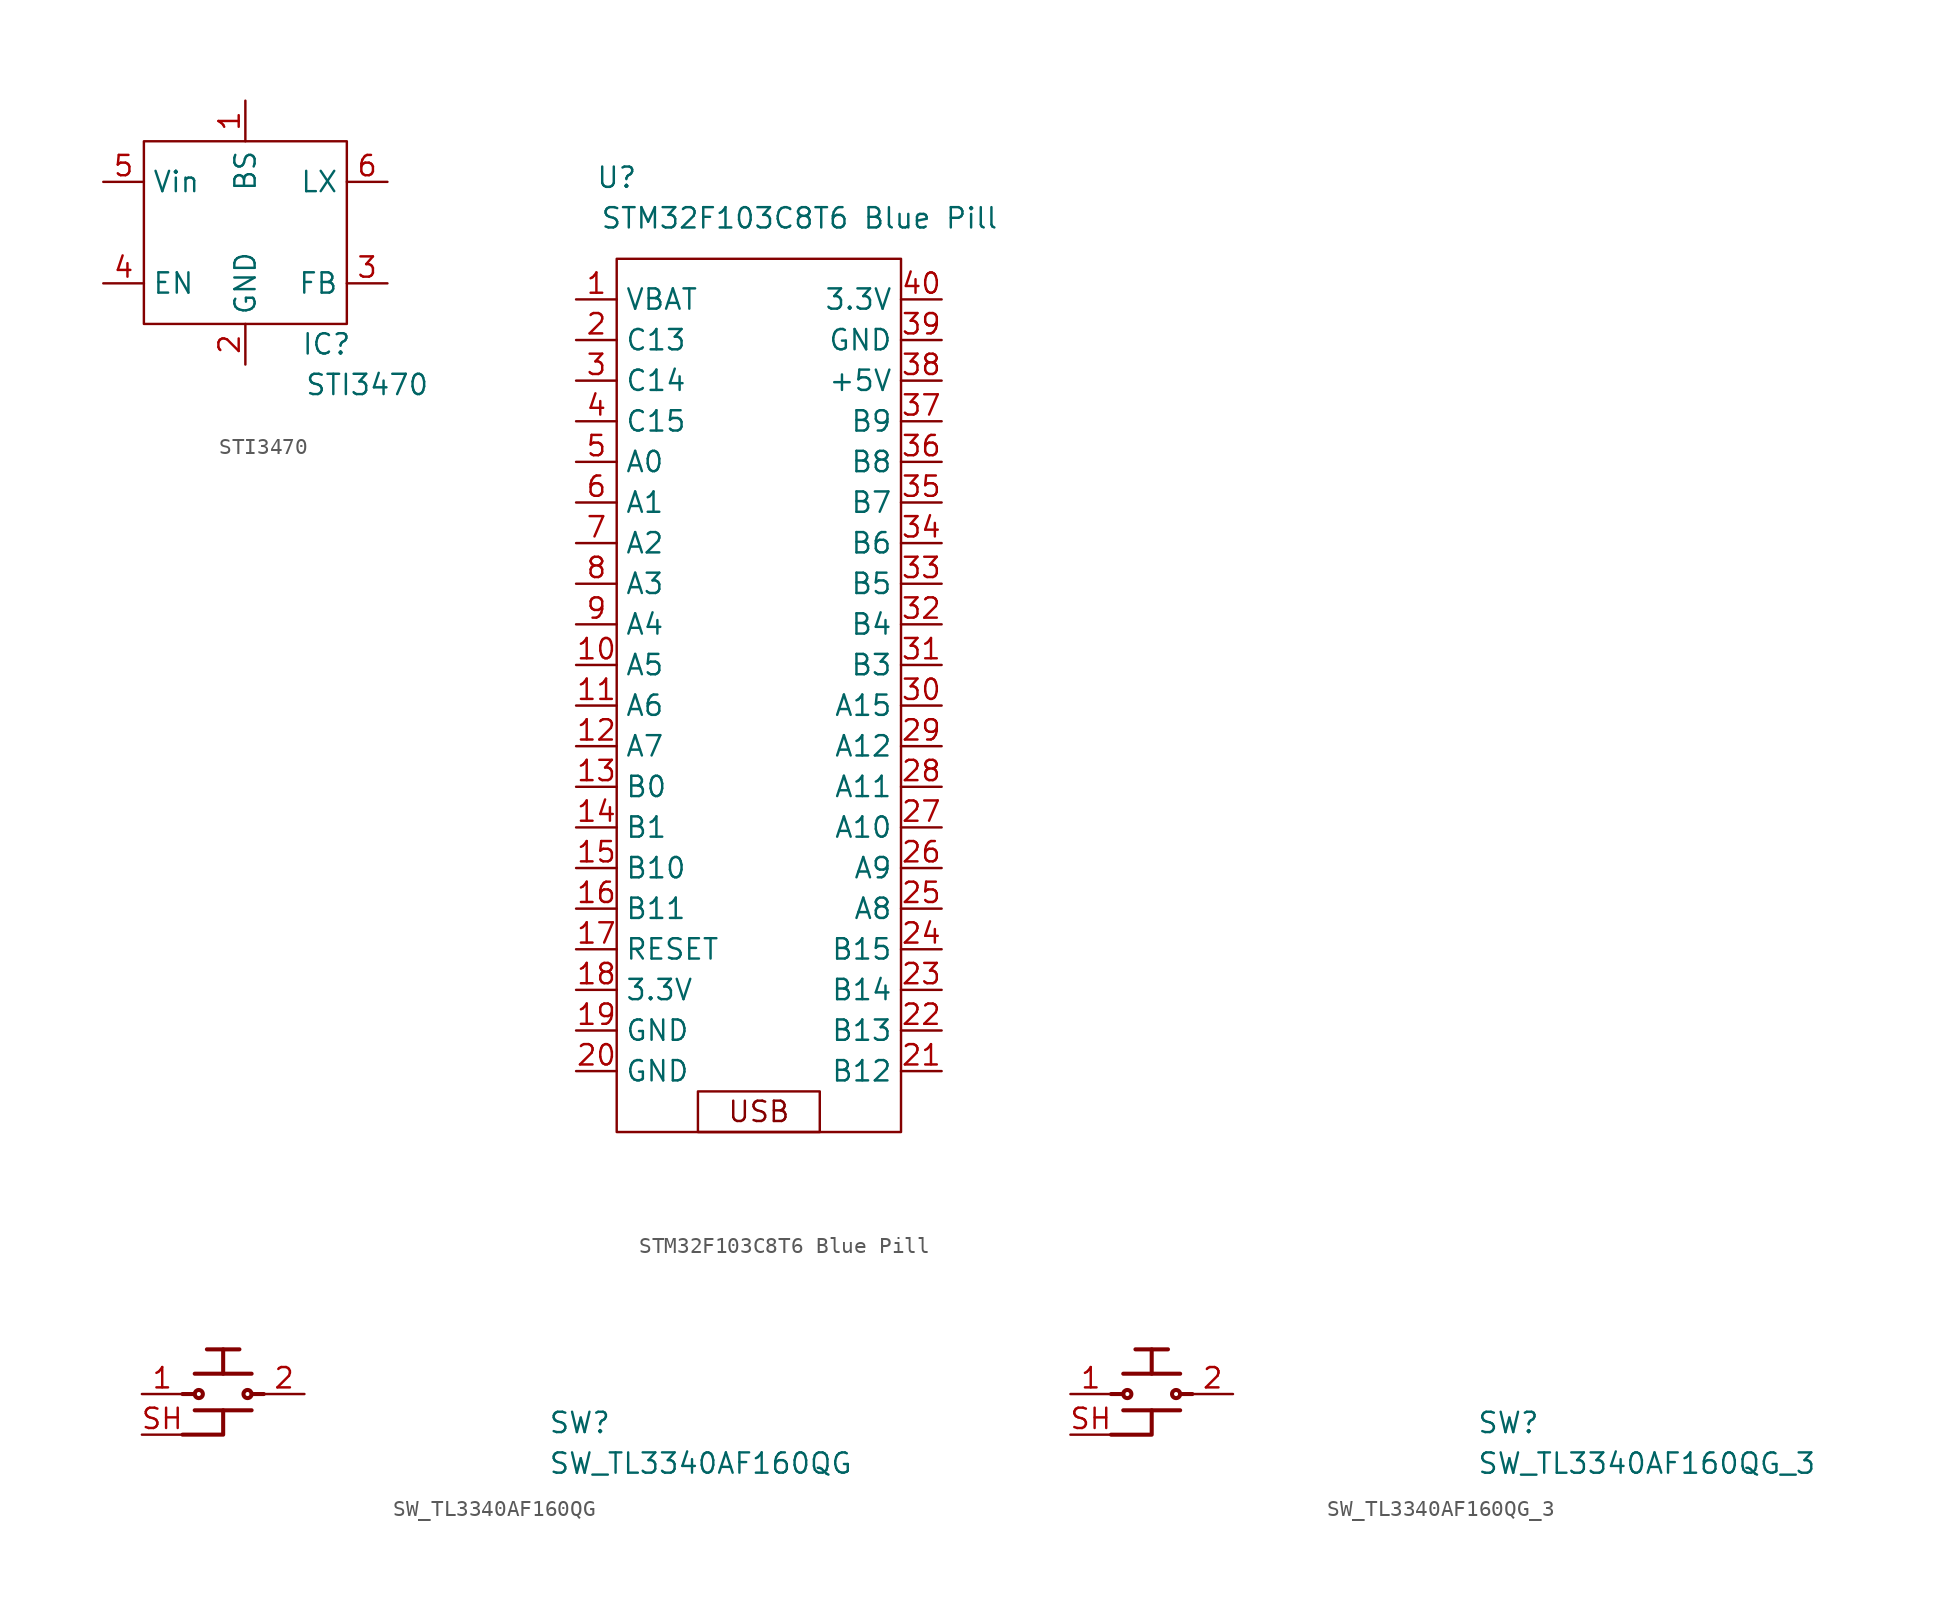
<source format=kicad_sym>
(kicad_symbol_lib
  (version 20231120)
  (generator "kicad_symbol_editor")
  (generator_version "8.0")
  (symbol "STI3470"
    (property "Reference" "IC"
      (at 5.08 -10.16 0)
      (effects (font (size 1.27 1.27))))
    (property "Value" "STI3470"
      (at 7.62 -12.7 0)
      (effects (font (size 1.27 1.27))))
    (symbol "STI3470_0_1"
      (rectangle (start -6.35 2.54) (end 6.35 -8.89) (stroke (width 0.152) (type default)) (fill (type none))))
    (symbol "STI3470_1_1"
      (pin input line (at 0 5.08 270) (length 2.54) (name "BS" (effects (font (size 1.27 1.27)))) (number "1" (effects (font (size 1.27 1.27)))))
      (pin power_in line (at 0 -11.43 90) (length 2.54) (name "GND" (effects (font (size 1.27 1.27)))) (number "2" (effects (font (size 1.27 1.27)))))
      (pin input line (at 8.89 -6.35 180) (length 2.54) (name "FB" (effects (font (size 1.27 1.27)))) (number "3" (effects (font (size 1.27 1.27)))))
      (pin input line (at -8.89 -6.35 0) (length 2.54) (name "EN" (effects (font (size 1.27 1.27)))) (number "4" (effects (font (size 1.27 1.27)))))
      (pin power_in line (at -8.89 0 0) (length 2.54) (name "Vin" (effects (font (size 1.27 1.27)))) (number "5" (effects (font (size 1.27 1.27)))))
      (pin output line (at 8.89 0 180) (length 2.54) (name "LX" (effects (font (size 1.27 1.27)))) (number "6" (effects (font (size 1.27 1.27)))))))
  (symbol "STM32F103C8T6 Blue Pill"
    (property "Reference" "U"
      (at -8.89 7.62 0)
      (effects (font (size 1.27 1.27))))
    (property "Value" "STM32F103C8T6 Blue Pill"
      (at 2.54 5.08 0)
      (effects (font (size 1.27 1.27))))
    (symbol "STM32F103C8T6 Blue Pill_0_0"
      (text "USB" (at 0 -50.8 0) (effects (font (size 1.27 1.27)))))
    (symbol "STM32F103C8T6 Blue Pill_0_1"
      (rectangle (start -8.89 2.54) (end 8.89 -52.07) (stroke (width 0.152) (type default)) (fill (type none)))
      (rectangle (start -3.81 -52.07) (end 3.81 -49.53) (stroke (width 0.152) (type default)) (fill (type none))))
    (symbol "STM32F103C8T6 Blue Pill_1_1"
      (pin input line (at -11.43 0 0) (length 2.54) (name "VBAT" (effects (font (size 1.27 1.27)))) (number "1" (effects (font (size 1.27 1.27)))))
      (pin input line (at -11.43 -22.86 0) (length 2.54) (name "A5" (effects (font (size 1.27 1.27)))) (number "10" (effects (font (size 1.27 1.27)))))
      (pin input line (at -11.43 -25.4 0) (length 2.54) (name "A6" (effects (font (size 1.27 1.27)))) (number "11" (effects (font (size 1.27 1.27)))))
      (pin input line (at -11.43 -27.94 0) (length 2.54) (name "A7" (effects (font (size 1.27 1.27)))) (number "12" (effects (font (size 1.27 1.27)))))
      (pin input line (at -11.43 -30.48 0) (length 2.54) (name "B0" (effects (font (size 1.27 1.27)))) (number "13" (effects (font (size 1.27 1.27)))))
      (pin input line (at -11.43 -33.02 0) (length 2.54) (name "B1" (effects (font (size 1.27 1.27)))) (number "14" (effects (font (size 1.27 1.27)))))
      (pin input line (at -11.43 -35.56 0) (length 2.54) (name "B10" (effects (font (size 1.27 1.27)))) (number "15" (effects (font (size 1.27 1.27)))))
      (pin input line (at -11.43 -38.1 0) (length 2.54) (name "B11" (effects (font (size 1.27 1.27)))) (number "16" (effects (font (size 1.27 1.27)))))
      (pin input line (at -11.43 -40.64 0) (length 2.54) (name "RESET" (effects (font (size 1.27 1.27)))) (number "17" (effects (font (size 1.27 1.27)))))
      (pin input line (at -11.43 -43.18 0) (length 2.54) (name "3.3V" (effects (font (size 1.27 1.27)))) (number "18" (effects (font (size 1.27 1.27)))))
      (pin input line (at -11.43 -45.72 0) (length 2.54) (name "GND" (effects (font (size 1.27 1.27)))) (number "19" (effects (font (size 1.27 1.27)))))
      (pin input line (at -11.43 -2.54 0) (length 2.54) (name "C13" (effects (font (size 1.27 1.27)))) (number "2" (effects (font (size 1.27 1.27)))))
      (pin input line (at -11.43 -48.26 0) (length 2.54) (name "GND" (effects (font (size 1.27 1.27)))) (number "20" (effects (font (size 1.27 1.27)))))
      (pin input line (at 11.43 -48.26 180) (length 2.54) (name "B12" (effects (font (size 1.27 1.27)))) (number "21" (effects (font (size 1.27 1.27)))))
      (pin input line (at 11.43 -45.72 180) (length 2.54) (name "B13" (effects (font (size 1.27 1.27)))) (number "22" (effects (font (size 1.27 1.27)))))
      (pin input line (at 11.43 -43.18 180) (length 2.54) (name "B14" (effects (font (size 1.27 1.27)))) (number "23" (effects (font (size 1.27 1.27)))))
      (pin input line (at 11.43 -40.64 180) (length 2.54) (name "B15" (effects (font (size 1.27 1.27)))) (number "24" (effects (font (size 1.27 1.27)))))
      (pin input line (at 11.43 -38.1 180) (length 2.54) (name "A8" (effects (font (size 1.27 1.27)))) (number "25" (effects (font (size 1.27 1.27)))))
      (pin input line (at 11.43 -35.56 180) (length 2.54) (name "A9" (effects (font (size 1.27 1.27)))) (number "26" (effects (font (size 1.27 1.27)))))
      (pin input line (at 11.43 -33.02 180) (length 2.54) (name "A10" (effects (font (size 1.27 1.27)))) (number "27" (effects (font (size 1.27 1.27)))))
      (pin input line (at 11.43 -30.48 180) (length 2.54) (name "A11" (effects (font (size 1.27 1.27)))) (number "28" (effects (font (size 1.27 1.27)))))
      (pin input line (at 11.43 -27.94 180) (length 2.54) (name "A12" (effects (font (size 1.27 1.27)))) (number "29" (effects (font (size 1.27 1.27)))))
      (pin input line (at -11.43 -5.08 0) (length 2.54) (name "C14" (effects (font (size 1.27 1.27)))) (number "3" (effects (font (size 1.27 1.27)))))
      (pin input line (at 11.43 -25.4 180) (length 2.54) (name "A15" (effects (font (size 1.27 1.27)))) (number "30" (effects (font (size 1.27 1.27)))))
      (pin input line (at 11.43 -22.86 180) (length 2.54) (name "B3" (effects (font (size 1.27 1.27)))) (number "31" (effects (font (size 1.27 1.27)))))
      (pin input line (at 11.43 -20.32 180) (length 2.54) (name "B4" (effects (font (size 1.27 1.27)))) (number "32" (effects (font (size 1.27 1.27)))))
      (pin input line (at 11.43 -17.78 180) (length 2.54) (name "B5" (effects (font (size 1.27 1.27)))) (number "33" (effects (font (size 1.27 1.27)))))
      (pin input line (at 11.43 -15.24 180) (length 2.54) (name "B6" (effects (font (size 1.27 1.27)))) (number "34" (effects (font (size 1.27 1.27)))))
      (pin input line (at 11.43 -12.7 180) (length 2.54) (name "B7" (effects (font (size 1.27 1.27)))) (number "35" (effects (font (size 1.27 1.27)))))
      (pin input line (at 11.43 -10.16 180) (length 2.54) (name "B8" (effects (font (size 1.27 1.27)))) (number "36" (effects (font (size 1.27 1.27)))))
      (pin input line (at 11.43 -7.62 180) (length 2.54) (name "B9" (effects (font (size 1.27 1.27)))) (number "37" (effects (font (size 1.27 1.27)))))
      (pin input line (at 11.43 -5.08 180) (length 2.54) (name "+5V" (effects (font (size 1.27 1.27)))) (number "38" (effects (font (size 1.27 1.27)))))
      (pin input line (at 11.43 -2.54 180) (length 2.54) (name "GND" (effects (font (size 1.27 1.27)))) (number "39" (effects (font (size 1.27 1.27)))))
      (pin input line (at -11.43 -7.62 0) (length 2.54) (name "C15" (effects (font (size 1.27 1.27)))) (number "4" (effects (font (size 1.27 1.27)))))
      (pin input line (at 11.43 0 180) (length 2.54) (name "3.3V" (effects (font (size 1.27 1.27)))) (number "40" (effects (font (size 1.27 1.27)))))
      (pin input line (at -11.43 -10.16 0) (length 2.54) (name "A0" (effects (font (size 1.27 1.27)))) (number "5" (effects (font (size 1.27 1.27)))))
      (pin input line (at -11.43 -12.7 0) (length 2.54) (name "A1" (effects (font (size 1.27 1.27)))) (number "6" (effects (font (size 1.27 1.27)))))
      (pin input line (at -11.43 -15.24 0) (length 2.54) (name "A2" (effects (font (size 1.27 1.27)))) (number "7" (effects (font (size 1.27 1.27)))))
      (pin input line (at -11.43 -17.78 0) (length 2.54) (name "A3" (effects (font (size 1.27 1.27)))) (number "8" (effects (font (size 1.27 1.27)))))
      (pin input line (at -11.43 -20.32 0) (length 2.54) (name "A4" (effects (font (size 1.27 1.27)))) (number "9" (effects (font (size 1.27 1.27)))))))
  (symbol "SW_TL3340AF160QG"
    (pin_names hide)
    (property "Reference" "SW"
      (at 25.4 -2.54 0)
      (effects (font (size 1.27 1.27) (thickness 0.15)) (justify left bottom)))
    (property "Value" "SW_TL3340AF160QG"
      (at 25.4 -5.08 0)
      (effects (font (size 1.27 1.27) (thickness 0.15)) (justify left bottom)))
    (symbol "SW_TL3340AF160QG_1_1"
      (polyline (pts (xy 2.54 0) (xy 3.302 0)) (stroke (width 0.254) (type default)) (fill (type none)))
      (polyline (pts (xy 3.302 -1.016) (xy 6.858 -1.016)) (stroke (width 0.254) (type default)) (fill (type none)))
      (polyline (pts (xy 3.302 1.27) (xy 6.858 1.27)) (stroke (width 0.254) (type default)) (fill (type none)))
      (polyline (pts (xy 4.064 2.794) (xy 6.096 2.794)) (stroke (width 0.254) (type default)) (fill (type none)))
      (polyline (pts (xy 5.08 1.27) (xy 5.08 2.794)) (stroke (width 0.254) (type default)) (fill (type none)))
      (polyline (pts (xy 7.62 0) (xy 6.858 0)) (stroke (width 0.254) (type default)) (fill (type none)))
      (polyline (pts (xy 2.54 -2.54) (xy 5.08 -2.54) (xy 5.08 -1.016)) (stroke (width 0.254) (type default)) (fill (type none)))
      (circle (center 3.556 0) (radius 0.254) (stroke (width 0.254) (type default)) (fill (type none)))
      (circle (center 6.604 0) (radius 0.254) (stroke (width 0.254) (type default)) (fill (type none)))
      (pin passive line (at 0 0 0) (length 2.54) (name "1" (effects (font (size 1.27 1.27)))) (number "1" (effects (font (size 1.27 1.27)))))
      (pin passive line (at 10.16 0 180) (length 2.54) (name "2" (effects (font (size 1.27 1.27)))) (number "2" (effects (font (size 1.27 1.27)))))
      (pin passive line (at 0 0 0) (length 2.54) hide (name "3" (effects (font (size 1.27 1.27)))) (number "3" (effects (font (size 1.27 1.27)))))
      (pin passive line (at 0 -2.54 0) (length 2.54) (name "SH" (effects (font (size 1.27 1.27)))) (number "SH" (effects (font (size 1.27 1.27)))))))
  (symbol "SW_TL3340AF160QG_3"
    (pin_names hide)
    (property "Reference" "SW"
      (at 25.4 -2.54 0)
      (effects (font (size 1.27 1.27) (thickness 0.15)) (justify left bottom)))
    (property "Value" "SW_TL3340AF160QG_3"
      (at 25.4 -5.08 0)
      (effects (font (size 1.27 1.27) (thickness 0.15)) (justify left bottom)))
    (symbol "SW_TL3340AF160QG_3_1_1"
      (polyline (pts (xy 2.54 0) (xy 3.302 0)) (stroke (width 0.254) (type default)) (fill (type none)))
      (polyline (pts (xy 3.302 -1.016) (xy 6.858 -1.016)) (stroke (width 0.254) (type default)) (fill (type none)))
      (polyline (pts (xy 3.302 1.27) (xy 6.858 1.27)) (stroke (width 0.254) (type default)) (fill (type none)))
      (polyline (pts (xy 4.064 2.794) (xy 6.096 2.794)) (stroke (width 0.254) (type default)) (fill (type none)))
      (polyline (pts (xy 5.08 1.27) (xy 5.08 2.794)) (stroke (width 0.254) (type default)) (fill (type none)))
      (polyline (pts (xy 7.62 0) (xy 6.858 0)) (stroke (width 0.254) (type default)) (fill (type none)))
      (polyline (pts (xy 2.54 -2.54) (xy 5.08 -2.54) (xy 5.08 -1.016)) (stroke (width 0.254) (type default)) (fill (type none)))
      (circle (center 3.556 0) (radius 0.254) (stroke (width 0.254) (type default)) (fill (type none)))
      (circle (center 6.604 0) (radius 0.254) (stroke (width 0.254) (type default)) (fill (type none)))
      (pin passive line (at 0 0 0) (length 2.54) (name "1" (effects (font (size 1.27 1.27)))) (number "1" (effects (font (size 1.27 1.27)))))
      (pin passive line (at 10.16 0 180) (length 2.54) (name "2" (effects (font (size 1.27 1.27)))) (number "2" (effects (font (size 1.27 1.27)))))
      (pin passive line (at 0 0 0) (length 2.54) hide (name "3" (effects (font (size 1.27 1.27)))) (number "3" (effects (font (size 1.27 1.27)))))
      (pin passive line (at 0 -2.54 0) (length 2.54) (name "SH" (effects (font (size 1.27 1.27)))) (number "SH" (effects (font (size 1.27 1.27))))))))
</source>
